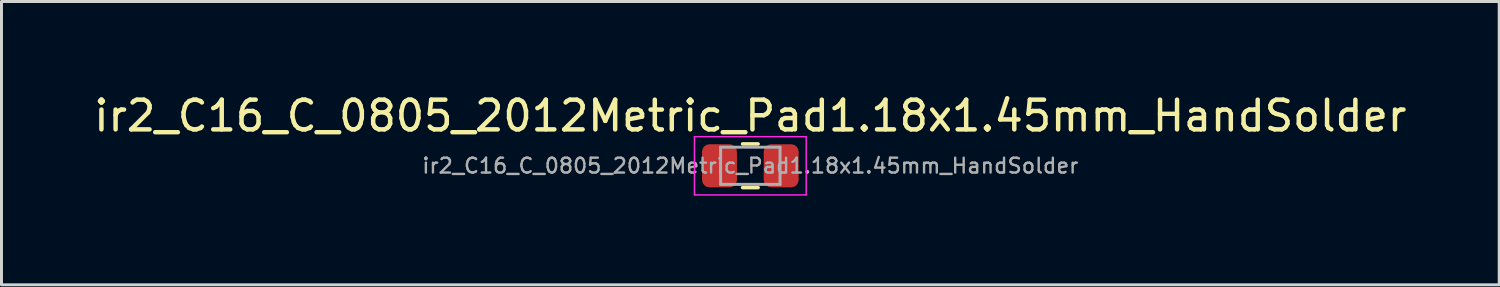
<source format=kicad_pcb>
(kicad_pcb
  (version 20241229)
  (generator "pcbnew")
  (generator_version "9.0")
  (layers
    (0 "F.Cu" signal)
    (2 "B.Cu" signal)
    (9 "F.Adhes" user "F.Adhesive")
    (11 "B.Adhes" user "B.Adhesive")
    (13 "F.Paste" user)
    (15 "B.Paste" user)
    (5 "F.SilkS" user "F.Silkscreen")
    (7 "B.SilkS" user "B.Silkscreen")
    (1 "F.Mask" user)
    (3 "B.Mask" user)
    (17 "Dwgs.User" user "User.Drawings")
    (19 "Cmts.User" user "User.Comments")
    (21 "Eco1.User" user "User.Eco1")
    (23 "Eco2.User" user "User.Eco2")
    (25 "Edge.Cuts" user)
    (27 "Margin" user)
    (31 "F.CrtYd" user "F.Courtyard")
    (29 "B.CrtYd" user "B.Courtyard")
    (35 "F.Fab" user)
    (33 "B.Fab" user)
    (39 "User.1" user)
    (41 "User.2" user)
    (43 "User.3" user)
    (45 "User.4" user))
  (footprint "ir2_C16_C_0805_2012Metric_Pad1.18x1.45mm_HandSolder"
    (layer "F.Cu")
    (at 22.196 2.528)
    (property "Reference" "ir2_C16_C_0805_2012Metric_Pad1.18x1.45mm_HandSolder" (at 0 -1.68 0) (layer "F.SilkS") (effects (font (size 1 1) (thickness 0.15))))
    (attr smd)
    (fp_line (start -0.261 -0.735) (end 0.261 -0.735) (stroke (width 0.12) (type solid)) (layer "F.SilkS"))
    (fp_line (start -0.261 0.735) (end 0.261 0.735) (stroke (width 0.12) (type solid)) (layer "F.SilkS"))
    (fp_line (start -1.88 -0.98) (end 1.88 -0.98) (stroke (width 0.05) (type solid)) (layer "F.CrtYd"))
    (fp_line (start -1.88 0.98) (end -1.88 -0.98) (stroke (width 0.05) (type solid)) (layer "F.CrtYd"))
    (fp_line (start 1.88 -0.98) (end 1.88 0.98) (stroke (width 0.05) (type solid)) (layer "F.CrtYd"))
    (fp_line (start 1.88 0.98) (end -1.88 0.98) (stroke (width 0.05) (type solid)) (layer "F.CrtYd"))
    (fp_line (start -1 -0.625) (end 1 -0.625) (stroke (width 0.1) (type solid)) (layer "F.Fab"))
    (fp_line (start -1 0.625) (end -1 -0.625) (stroke (width 0.1) (type solid)) (layer "F.Fab"))
    (fp_line (start 1 -0.625) (end 1 0.625) (stroke (width 0.1) (type solid)) (layer "F.Fab"))
    (fp_line (start 1 0.625) (end -1 0.625) (stroke (width 0.1) (type solid)) (layer "F.Fab"))
    (fp_text user "${REFERENCE}" (at 0 0 0) (layer "F.Fab") (effects (font (size 0.5 0.5) (thickness 0.08))))
    (pad "1" smd roundrect (at -1.038 0) (size 1.175 1.45) (layers "F.Cu" "F.Mask" "F.Paste") (roundrect_rratio 0.213))
    (pad "2" smd roundrect (at 1.038 0) (size 1.175 1.45) (layers "F.Cu" "F.Mask" "F.Paste") (roundrect_rratio 0.213)))
  (gr_rect
    (start -3 -3)
    (end 47.393 6.533)
    (stroke (width 0.1) (type default))
    (fill no)
    (layer "Edge.Cuts")))
</source>
